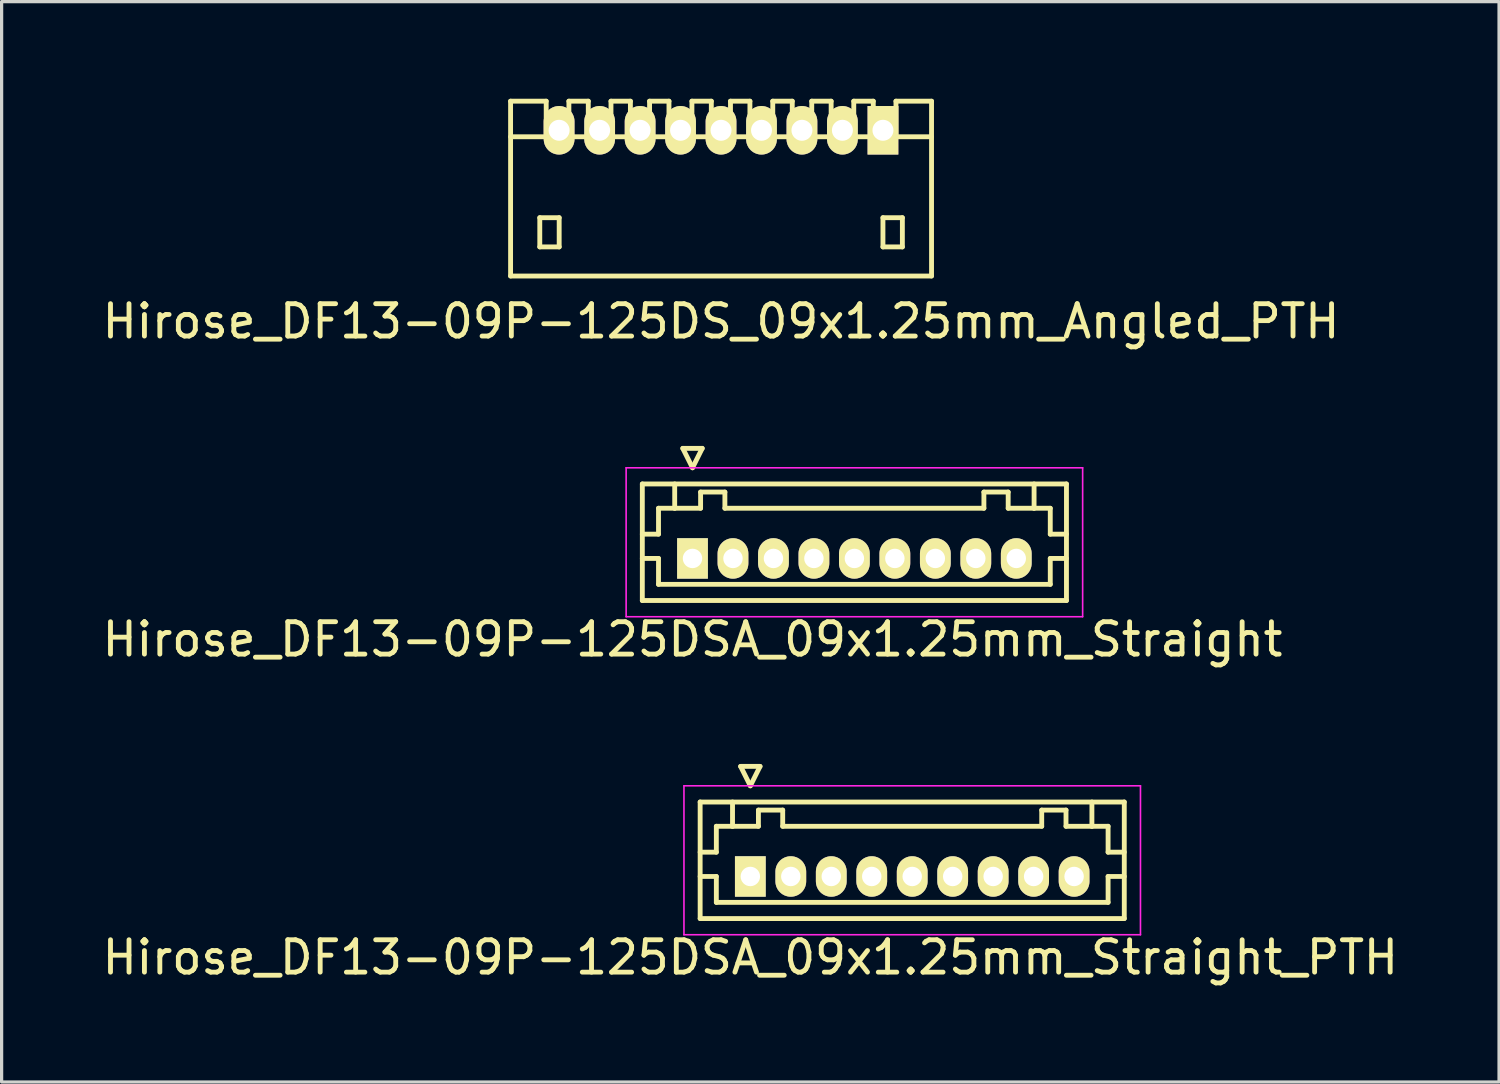
<source format=kicad_pcb>
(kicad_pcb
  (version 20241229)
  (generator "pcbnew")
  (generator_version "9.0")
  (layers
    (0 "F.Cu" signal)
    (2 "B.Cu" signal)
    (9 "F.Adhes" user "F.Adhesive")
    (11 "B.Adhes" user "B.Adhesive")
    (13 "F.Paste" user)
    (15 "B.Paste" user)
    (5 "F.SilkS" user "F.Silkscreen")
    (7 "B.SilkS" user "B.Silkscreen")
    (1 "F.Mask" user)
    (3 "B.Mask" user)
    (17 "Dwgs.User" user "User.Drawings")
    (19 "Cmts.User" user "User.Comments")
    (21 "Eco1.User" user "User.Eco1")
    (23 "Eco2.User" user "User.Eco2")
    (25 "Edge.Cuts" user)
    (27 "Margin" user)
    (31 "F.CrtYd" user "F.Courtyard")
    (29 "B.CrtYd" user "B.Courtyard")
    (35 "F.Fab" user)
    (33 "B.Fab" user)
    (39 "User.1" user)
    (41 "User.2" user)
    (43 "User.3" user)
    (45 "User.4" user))
  (footprint "Hirose_DF13-09P-125DSA_09x1.25mm_Straight_PTH"
    (layer "F.Cu")
    (at 20.125 24.021)
    (property "Reference" "Hirose_DF13-09P-125DSA_09x1.25mm_Straight_PTH" (at 0 2.5 0) (layer "F.SilkS") (effects (font (size 1 1) (thickness 0.15))))
    (attr through_hole)
    (fp_line (start -1.55 -2.3) (end -1.55 1.3) (stroke (width 0.15) (type solid)) (layer "F.SilkS"))
    (fp_line (start -1.55 -0.75) (end -1.05 -0.75) (stroke (width 0.15) (type solid)) (layer "F.SilkS"))
    (fp_line (start -1.55 0) (end -1.05 0) (stroke (width 0.15) (type solid)) (layer "F.SilkS"))
    (fp_line (start -1.55 1.3) (end 11.55 1.3) (stroke (width 0.15) (type solid)) (layer "F.SilkS"))
    (fp_line (start -1.05 -1.55) (end -0.55 -1.55) (stroke (width 0.15) (type solid)) (layer "F.SilkS"))
    (fp_line (start -1.05 -0.75) (end -1.05 -1.55) (stroke (width 0.15) (type solid)) (layer "F.SilkS"))
    (fp_line (start -1.05 0) (end -1.05 0.8) (stroke (width 0.15) (type solid)) (layer "F.SilkS"))
    (fp_line (start -1.05 0.8) (end 11.05 0.8) (stroke (width 0.15) (type solid)) (layer "F.SilkS"))
    (fp_line (start -0.55 -1.55) (end -0.55 -2.3) (stroke (width 0.15) (type solid)) (layer "F.SilkS"))
    (fp_line (start -0.55 -1.55) (end 0.25 -1.55) (stroke (width 0.15) (type solid)) (layer "F.SilkS"))
    (fp_line (start -0.3 -3.4) (end 0.3 -3.4) (stroke (width 0.15) (type solid)) (layer "F.SilkS"))
    (fp_line (start 0 -2.8) (end -0.3 -3.4) (stroke (width 0.15) (type solid)) (layer "F.SilkS"))
    (fp_line (start 0.25 -2.05) (end 1 -2.05) (stroke (width 0.15) (type solid)) (layer "F.SilkS"))
    (fp_line (start 0.25 -1.55) (end 0.25 -2.05) (stroke (width 0.15) (type solid)) (layer "F.SilkS"))
    (fp_line (start 0.3 -3.4) (end 0 -2.8) (stroke (width 0.15) (type solid)) (layer "F.SilkS"))
    (fp_line (start 1 -2.05) (end 1 -1.55) (stroke (width 0.15) (type solid)) (layer "F.SilkS"))
    (fp_line (start 1 -1.55) (end 9 -1.55) (stroke (width 0.15) (type solid)) (layer "F.SilkS"))
    (fp_line (start 9 -2.05) (end 9.75 -2.05) (stroke (width 0.15) (type solid)) (layer "F.SilkS"))
    (fp_line (start 9 -1.55) (end 9 -2.05) (stroke (width 0.15) (type solid)) (layer "F.SilkS"))
    (fp_line (start 9.75 -2.05) (end 9.75 -1.55) (stroke (width 0.15) (type solid)) (layer "F.SilkS"))
    (fp_line (start 9.75 -1.55) (end 10.55 -1.55) (stroke (width 0.15) (type solid)) (layer "F.SilkS"))
    (fp_line (start 10.55 -1.55) (end 10.55 -2.3) (stroke (width 0.15) (type solid)) (layer "F.SilkS"))
    (fp_line (start 11.05 -1.55) (end 10.55 -1.55) (stroke (width 0.15) (type solid)) (layer "F.SilkS"))
    (fp_line (start 11.05 -0.75) (end 11.05 -1.55) (stroke (width 0.15) (type solid)) (layer "F.SilkS"))
    (fp_line (start 11.05 0) (end 11.55 0) (stroke (width 0.15) (type solid)) (layer "F.SilkS"))
    (fp_line (start 11.05 0.8) (end 11.05 0) (stroke (width 0.15) (type solid)) (layer "F.SilkS"))
    (fp_line (start 11.55 -2.3) (end -1.55 -2.3) (stroke (width 0.15) (type solid)) (layer "F.SilkS"))
    (fp_line (start 11.55 -0.75) (end 11.05 -0.75) (stroke (width 0.15) (type solid)) (layer "F.SilkS"))
    (fp_line (start 11.55 1.3) (end 11.55 -2.3) (stroke (width 0.15) (type solid)) (layer "F.SilkS"))
    (fp_line (start -2.05 -2.8) (end -2.05 1.8) (stroke (width 0.05) (type solid)) (layer "F.CrtYd"))
    (fp_line (start -2.05 1.8) (end 12.05 1.8) (stroke (width 0.05) (type solid)) (layer "F.CrtYd"))
    (fp_line (start 12.05 -2.8) (end -2.05 -2.8) (stroke (width 0.05) (type solid)) (layer "F.CrtYd"))
    (fp_line (start 12.05 1.8) (end 12.05 -2.8) (stroke (width 0.05) (type solid)) (layer "F.CrtYd"))
    (pad "1" thru_hole rect (at 0 0) (size 0.95 1.25) (drill 0.6) (layers "*.Cu" "*.Mask" "F.SilkS"))
    (pad "2" thru_hole oval (at 1.25 0) (size 0.95 1.25) (drill 0.6) (layers "*.Cu" "*.Mask" "F.SilkS"))
    (pad "3" thru_hole oval (at 2.5 0) (size 0.95 1.25) (drill 0.6) (layers "*.Cu" "*.Mask" "F.SilkS"))
    (pad "4" thru_hole oval (at 3.75 0) (size 0.95 1.25) (drill 0.6) (layers "*.Cu" "*.Mask" "F.SilkS"))
    (pad "5" thru_hole oval (at 5 0) (size 0.95 1.25) (drill 0.6) (layers "*.Cu" "*.Mask" "F.SilkS"))
    (pad "6" thru_hole oval (at 6.25 0) (size 0.95 1.25) (drill 0.6) (layers "*.Cu" "*.Mask" "F.SilkS"))
    (pad "7" thru_hole oval (at 7.5 0) (size 0.95 1.25) (drill 0.6) (layers "*.Cu" "*.Mask" "F.SilkS"))
    (pad "8" thru_hole oval (at 8.75 0) (size 0.95 1.25) (drill 0.6) (layers "*.Cu" "*.Mask" "F.SilkS"))
    (pad "9" thru_hole oval (at 10 0) (size 0.95 1.25) (drill 0.6) (layers "*.Cu" "*.Mask" "F.SilkS")))
  (footprint "Hirose_DF13-09P-125DSA_09x1.25mm_Straight"
    (layer "F.Cu")
    (at 18.339 14.198)
    (property "Reference" "Hirose_DF13-09P-125DSA_09x1.25mm_Straight" (at 0 2.5 0) (layer "F.SilkS") (effects (font (size 1 1) (thickness 0.15))))
    (attr through_hole)
    (fp_line (start -1.55 -2.3) (end -1.55 1.3) (stroke (width 0.15) (type solid)) (layer "F.SilkS"))
    (fp_line (start -1.55 -0.75) (end -1.05 -0.75) (stroke (width 0.15) (type solid)) (layer "F.SilkS"))
    (fp_line (start -1.55 0) (end -1.05 0) (stroke (width 0.15) (type solid)) (layer "F.SilkS"))
    (fp_line (start -1.55 1.3) (end 11.55 1.3) (stroke (width 0.15) (type solid)) (layer "F.SilkS"))
    (fp_line (start -1.05 -1.55) (end -0.55 -1.55) (stroke (width 0.15) (type solid)) (layer "F.SilkS"))
    (fp_line (start -1.05 -0.75) (end -1.05 -1.55) (stroke (width 0.15) (type solid)) (layer "F.SilkS"))
    (fp_line (start -1.05 0) (end -1.05 0.8) (stroke (width 0.15) (type solid)) (layer "F.SilkS"))
    (fp_line (start -1.05 0.8) (end 11.05 0.8) (stroke (width 0.15) (type solid)) (layer "F.SilkS"))
    (fp_line (start -0.55 -1.55) (end -0.55 -2.3) (stroke (width 0.15) (type solid)) (layer "F.SilkS"))
    (fp_line (start -0.55 -1.55) (end 0.25 -1.55) (stroke (width 0.15) (type solid)) (layer "F.SilkS"))
    (fp_line (start -0.3 -3.4) (end 0.3 -3.4) (stroke (width 0.15) (type solid)) (layer "F.SilkS"))
    (fp_line (start 0 -2.8) (end -0.3 -3.4) (stroke (width 0.15) (type solid)) (layer "F.SilkS"))
    (fp_line (start 0.25 -2.05) (end 1 -2.05) (stroke (width 0.15) (type solid)) (layer "F.SilkS"))
    (fp_line (start 0.25 -1.55) (end 0.25 -2.05) (stroke (width 0.15) (type solid)) (layer "F.SilkS"))
    (fp_line (start 0.3 -3.4) (end 0 -2.8) (stroke (width 0.15) (type solid)) (layer "F.SilkS"))
    (fp_line (start 1 -2.05) (end 1 -1.55) (stroke (width 0.15) (type solid)) (layer "F.SilkS"))
    (fp_line (start 1 -1.55) (end 9 -1.55) (stroke (width 0.15) (type solid)) (layer "F.SilkS"))
    (fp_line (start 9 -2.05) (end 9.75 -2.05) (stroke (width 0.15) (type solid)) (layer "F.SilkS"))
    (fp_line (start 9 -1.55) (end 9 -2.05) (stroke (width 0.15) (type solid)) (layer "F.SilkS"))
    (fp_line (start 9.75 -2.05) (end 9.75 -1.55) (stroke (width 0.15) (type solid)) (layer "F.SilkS"))
    (fp_line (start 9.75 -1.55) (end 10.55 -1.55) (stroke (width 0.15) (type solid)) (layer "F.SilkS"))
    (fp_line (start 10.55 -1.55) (end 10.55 -2.3) (stroke (width 0.15) (type solid)) (layer "F.SilkS"))
    (fp_line (start 11.05 -1.55) (end 10.55 -1.55) (stroke (width 0.15) (type solid)) (layer "F.SilkS"))
    (fp_line (start 11.05 -0.75) (end 11.05 -1.55) (stroke (width 0.15) (type solid)) (layer "F.SilkS"))
    (fp_line (start 11.05 0) (end 11.55 0) (stroke (width 0.15) (type solid)) (layer "F.SilkS"))
    (fp_line (start 11.05 0.8) (end 11.05 0) (stroke (width 0.15) (type solid)) (layer "F.SilkS"))
    (fp_line (start 11.55 -2.3) (end -1.55 -2.3) (stroke (width 0.15) (type solid)) (layer "F.SilkS"))
    (fp_line (start 11.55 -0.75) (end 11.05 -0.75) (stroke (width 0.15) (type solid)) (layer "F.SilkS"))
    (fp_line (start 11.55 1.3) (end 11.55 -2.3) (stroke (width 0.15) (type solid)) (layer "F.SilkS"))
    (fp_line (start -2.05 -2.8) (end -2.05 1.8) (stroke (width 0.05) (type solid)) (layer "F.CrtYd"))
    (fp_line (start -2.05 1.8) (end 12.05 1.8) (stroke (width 0.05) (type solid)) (layer "F.CrtYd"))
    (fp_line (start 12.05 -2.8) (end -2.05 -2.8) (stroke (width 0.05) (type solid)) (layer "F.CrtYd"))
    (fp_line (start 12.05 1.8) (end 12.05 -2.8) (stroke (width 0.05) (type solid)) (layer "F.CrtYd"))
    (pad "1" thru_hole rect (at 0 0) (size 0.95 1.25) (drill 0.6) (layers "*.Cu" "*.Mask" "F.SilkS"))
    (pad "2" thru_hole oval (at 1.25 0) (size 0.95 1.25) (drill 0.6) (layers "*.Cu" "*.Mask" "F.SilkS"))
    (pad "3" thru_hole oval (at 2.5 0) (size 0.95 1.25) (drill 0.6) (layers "*.Cu" "*.Mask" "F.SilkS"))
    (pad "4" thru_hole oval (at 3.75 0) (size 0.95 1.25) (drill 0.6) (layers "*.Cu" "*.Mask" "F.SilkS"))
    (pad "5" thru_hole oval (at 5 0) (size 0.95 1.25) (drill 0.6) (layers "*.Cu" "*.Mask" "F.SilkS"))
    (pad "6" thru_hole oval (at 6.25 0) (size 0.95 1.25) (drill 0.6) (layers "*.Cu" "*.Mask" "F.SilkS"))
    (pad "7" thru_hole oval (at 7.5 0) (size 0.95 1.25) (drill 0.6) (layers "*.Cu" "*.Mask" "F.SilkS"))
    (pad "8" thru_hole oval (at 8.75 0) (size 0.95 1.25) (drill 0.6) (layers "*.Cu" "*.Mask" "F.SilkS"))
    (pad "9" thru_hole oval (at 10 0) (size 0.95 1.25) (drill 0.6) (layers "*.Cu" "*.Mask" "F.SilkS")))
  (footprint "Hirose_DF13-09P-125DS_09x1.25mm_Angled_PTH"
    (layer "F.Cu")
    (at 19.22 2.775)
    (property "Reference" "Hirose_DF13-09P-125DS_09x1.25mm_Angled_PTH" (at 0 4.1 0) (layer "F.SilkS") (effects (font (size 1 1) (thickness 0.15))))
    (attr through_hole)
    (fp_line (start -6.5 -1.6) (end 6.5 -1.6) (stroke (width 0.15) (type solid)) (layer "F.SilkS"))
    (fp_line (start -6.5 2.7) (end -6.5 -2.7) (stroke (width 0.15) (type solid)) (layer "F.SilkS"))
    (fp_line (start -5.598 0.899) (end -5.598 1.801) (stroke (width 0.15) (type solid)) (layer "F.SilkS"))
    (fp_line (start -5.598 1.801) (end -4.999 1.801) (stroke (width 0.15) (type solid)) (layer "F.SilkS"))
    (fp_line (start -5.4 -2.7) (end -6.5 -2.7) (stroke (width 0.15) (type solid)) (layer "F.SilkS"))
    (fp_line (start -5.4 -1.6) (end -5.4 -2.7) (stroke (width 0.15) (type solid)) (layer "F.SilkS"))
    (fp_line (start -4.999 0.899) (end -5.598 0.899) (stroke (width 0.15) (type solid)) (layer "F.SilkS"))
    (fp_line (start -4.999 1.801) (end -4.999 0.899) (stroke (width 0.15) (type solid)) (layer "F.SilkS"))
    (fp_line (start -4.699 -2.7) (end -4.699 -1.6) (stroke (width 0.15) (type solid)) (layer "F.SilkS"))
    (fp_line (start -4.1 -2.7) (end -4.699 -2.7) (stroke (width 0.15) (type solid)) (layer "F.SilkS"))
    (fp_line (start -4.1 -2.7) (end -4.1 -1.6) (stroke (width 0.15) (type solid)) (layer "F.SilkS"))
    (fp_line (start -3.399 -2.7) (end -3.399 -1.6) (stroke (width 0.15) (type solid)) (layer "F.SilkS"))
    (fp_line (start -2.799 -2.7) (end -3.399 -2.7) (stroke (width 0.15) (type solid)) (layer "F.SilkS"))
    (fp_line (start -2.799 -1.6) (end -2.799 -2.7) (stroke (width 0.15) (type solid)) (layer "F.SilkS"))
    (fp_line (start -2.207 -1.6) (end -2.207 -2.7) (stroke (width 0.15) (type solid)) (layer "F.SilkS"))
    (fp_line (start -1.608 -2.7) (end -2.207 -2.7) (stroke (width 0.15) (type solid)) (layer "F.SilkS"))
    (fp_line (start -1.608 -1.6) (end -1.608 -2.7) (stroke (width 0.15) (type solid)) (layer "F.SilkS"))
    (fp_line (start -0.899 -2.7) (end -0.3 -2.7) (stroke (width 0.15) (type solid)) (layer "F.SilkS"))
    (fp_line (start -0.899 -1.6) (end -0.899 -2.7) (stroke (width 0.15) (type solid)) (layer "F.SilkS"))
    (fp_line (start -0.3 -2.7) (end -0.3 -1.6) (stroke (width 0.15) (type solid)) (layer "F.SilkS"))
    (fp_line (start 0.292 -2.7) (end 0.892 -2.7) (stroke (width 0.15) (type solid)) (layer "F.SilkS"))
    (fp_line (start 0.292 -1.6) (end 0.292 -2.7) (stroke (width 0.15) (type solid)) (layer "F.SilkS"))
    (fp_line (start 0.892 -2.7) (end 0.892 -1.6) (stroke (width 0.15) (type solid)) (layer "F.SilkS"))
    (fp_line (start 1.598 -2.7) (end 2.2 -2.7) (stroke (width 0.15) (type solid)) (layer "F.SilkS"))
    (fp_line (start 1.598 -1.6) (end 1.598 -2.7) (stroke (width 0.15) (type solid)) (layer "F.SilkS"))
    (fp_line (start 2.2 -2.7) (end 2.2 -1.6) (stroke (width 0.15) (type solid)) (layer "F.SilkS"))
    (fp_line (start 2.802 -2.7) (end 3.401 -2.7) (stroke (width 0.15) (type solid)) (layer "F.SilkS"))
    (fp_line (start 2.802 -1.6) (end 2.802 -2.7) (stroke (width 0.15) (type solid)) (layer "F.SilkS"))
    (fp_line (start 3.401 -2.7) (end 3.401 -1.6) (stroke (width 0.15) (type solid)) (layer "F.SilkS"))
    (fp_line (start 4.1 -2.7) (end 4.702 -2.7) (stroke (width 0.15) (type solid)) (layer "F.SilkS"))
    (fp_line (start 4.1 -1.6) (end 4.1 -2.7) (stroke (width 0.15) (type solid)) (layer "F.SilkS"))
    (fp_line (start 4.702 -2.7) (end 4.702 -1.6) (stroke (width 0.15) (type solid)) (layer "F.SilkS"))
    (fp_line (start 5.001 0.899) (end 5.601 0.899) (stroke (width 0.15) (type solid)) (layer "F.SilkS"))
    (fp_line (start 5.001 1.801) (end 5.001 0.899) (stroke (width 0.15) (type solid)) (layer "F.SilkS"))
    (fp_line (start 5.403 -1.6) (end 5.403 -2.7) (stroke (width 0.15) (type solid)) (layer "F.SilkS"))
    (fp_line (start 5.601 0.899) (end 5.601 1.801) (stroke (width 0.15) (type solid)) (layer "F.SilkS"))
    (fp_line (start 5.601 1.801) (end 5.001 1.801) (stroke (width 0.15) (type solid)) (layer "F.SilkS"))
    (fp_line (start 6.5 2.7) (end -6.5 2.7) (stroke (width 0.15) (type solid)) (layer "F.SilkS"))
    (fp_line (start 6.502 -2.7) (end 5.403 -2.7) (stroke (width 0.15) (type solid)) (layer "F.SilkS"))
    (fp_line (start 6.502 2.7) (end 6.502 -2.7) (stroke (width 0.15) (type solid)) (layer "F.SilkS"))
    (pad "1" thru_hole rect (at 5.001 -1.801) (size 0.95 1.499) (drill 0.648) (layers "*.Cu" "*.Mask" "F.SilkS"))
    (pad "2" thru_hole oval (at 3.749 -1.801) (size 0.95 1.499) (drill 0.648) (layers "*.Cu" "*.Mask" "F.SilkS"))
    (pad "3" thru_hole oval (at 2.499 -1.801) (size 0.95 1.499) (drill 0.648) (layers "*.Cu" "*.Mask" "F.SilkS"))
    (pad "4" thru_hole oval (at 1.25 -1.801) (size 0.95 1.499) (drill 0.648) (layers "*.Cu" "*.Mask" "F.SilkS"))
    (pad "5" thru_hole oval (at 0 -1.801) (size 0.95 1.499) (drill 0.648) (layers "*.Cu" "*.Mask" "F.SilkS"))
    (pad "6" thru_hole oval (at -1.25 -1.801) (size 0.95 1.499) (drill 0.648) (layers "*.Cu" "*.Mask" "F.SilkS"))
    (pad "7" thru_hole oval (at -2.499 -1.801) (size 0.95 1.499) (drill 0.648) (layers "*.Cu" "*.Mask" "F.SilkS"))
    (pad "8" thru_hole oval (at -3.749 -1.801) (size 0.95 1.499) (drill 0.648) (layers "*.Cu" "*.Mask" "F.SilkS"))
    (pad "9" thru_hole oval (at -5.001 -1.801) (size 0.95 1.499) (drill 0.648) (layers "*.Cu" "*.Mask" "F.SilkS")))
  (gr_rect
    (start -3 -3)
    (end 43.25 30.369)
    (stroke (width 0.1) (type default))
    (fill no)
    (layer "Edge.Cuts")))
</source>
